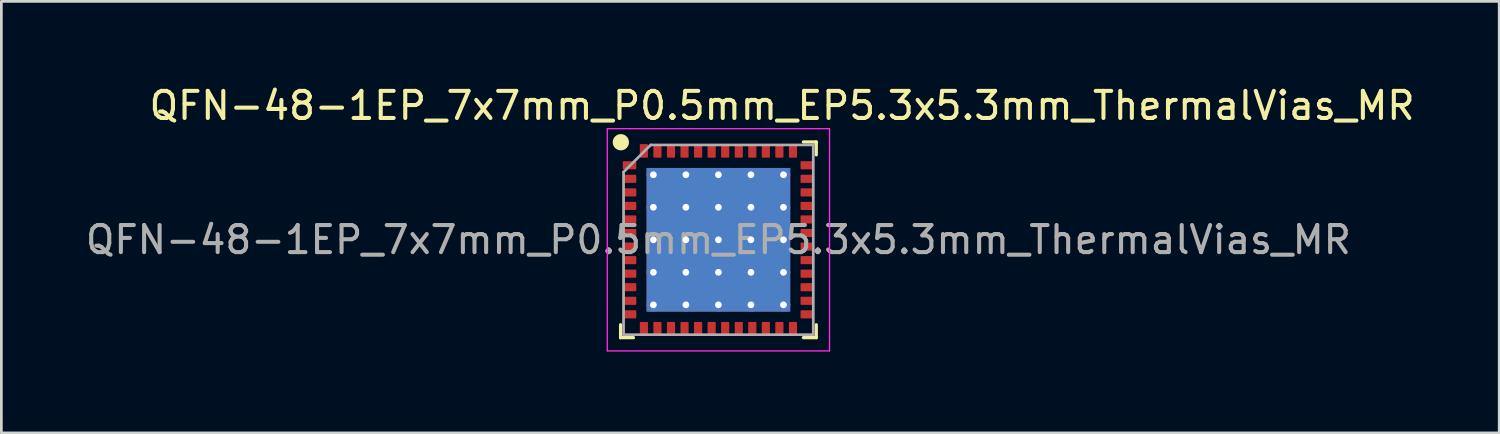
<source format=kicad_pcb>
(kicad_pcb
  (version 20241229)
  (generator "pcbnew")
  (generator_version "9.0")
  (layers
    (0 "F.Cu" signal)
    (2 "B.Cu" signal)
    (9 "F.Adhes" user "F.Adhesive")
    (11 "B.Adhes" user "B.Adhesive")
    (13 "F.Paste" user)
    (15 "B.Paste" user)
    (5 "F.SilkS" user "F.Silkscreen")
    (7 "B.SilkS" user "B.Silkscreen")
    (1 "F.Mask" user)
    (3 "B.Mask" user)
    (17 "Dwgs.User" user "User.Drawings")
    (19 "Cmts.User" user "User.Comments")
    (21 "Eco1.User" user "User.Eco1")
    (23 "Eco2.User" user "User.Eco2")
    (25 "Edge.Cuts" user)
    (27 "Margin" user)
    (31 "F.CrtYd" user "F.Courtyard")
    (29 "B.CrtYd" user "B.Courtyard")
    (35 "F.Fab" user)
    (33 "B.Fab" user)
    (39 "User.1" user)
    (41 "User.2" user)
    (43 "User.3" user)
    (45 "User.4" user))
  (footprint "QFN-48-1EP_7x7mm_P0.5mm_EP5.3x5.3mm_ThermalVias_MR"
    (layer "F.Cu")
    (at 23.458 5.798)
    (property "Reference" "QFN-48-1EP_7x7mm_P0.5mm_EP5.3x5.3mm_ThermalVias_MR" (at 2.35 -4.95 0) (layer "F.SilkS") (effects (font (size 1 1) (thickness 0.15))))
    (attr smd)
    (fp_line (start -3.61 3.61) (end -3.61 3.135) (stroke (width 0.12) (type solid)) (layer "F.SilkS"))
    (fp_line (start -3.135 3.61) (end -3.61 3.61) (stroke (width 0.12) (type solid)) (layer "F.SilkS"))
    (fp_line (start 3.135 -3.61) (end 3.61 -3.61) (stroke (width 0.12) (type solid)) (layer "F.SilkS"))
    (fp_line (start 3.135 3.61) (end 3.61 3.61) (stroke (width 0.12) (type solid)) (layer "F.SilkS"))
    (fp_line (start 3.61 -3.61) (end 3.61 -3.135) (stroke (width 0.12) (type solid)) (layer "F.SilkS"))
    (fp_line (start 3.61 3.61) (end 3.61 3.135) (stroke (width 0.12) (type solid)) (layer "F.SilkS"))
    (fp_circle (center -3.6 -3.6) (end -3.45 -3.6) (stroke (width 0.3) (type solid)) (fill no) (layer "F.SilkS"))
    (fp_line (start -4.1 -4.1) (end -4.1 4.1) (stroke (width 0.05) (type solid)) (layer "F.CrtYd"))
    (fp_line (start -4.1 4.1) (end 4.1 4.1) (stroke (width 0.05) (type solid)) (layer "F.CrtYd"))
    (fp_line (start 4.1 -4.1) (end -4.1 -4.1) (stroke (width 0.05) (type solid)) (layer "F.CrtYd"))
    (fp_line (start 4.1 4.1) (end 4.1 -4.1) (stroke (width 0.05) (type solid)) (layer "F.CrtYd"))
    (fp_line (start -3.5 -2.5) (end -2.5 -3.5) (stroke (width 0.1) (type solid)) (layer "F.Fab"))
    (fp_line (start -3.5 3.5) (end -3.5 -2.5) (stroke (width 0.1) (type solid)) (layer "F.Fab"))
    (fp_line (start -2.5 -3.5) (end 3.5 -3.5) (stroke (width 0.1) (type solid)) (layer "F.Fab"))
    (fp_line (start 3.5 -3.5) (end 3.5 3.5) (stroke (width 0.1) (type solid)) (layer "F.Fab"))
    (fp_line (start 3.5 3.5) (end -3.5 3.5) (stroke (width 0.1) (type solid)) (layer "F.Fab"))
    (fp_text user "${REFERENCE}" (at 0 0 0) (layer "F.Fab") (effects (font (size 1 1) (thickness 0.15))))
    (pad "" smd roundrect (at -1.8 -1.8) (size 1.026 1.026) (layers "F.Paste") (roundrect_rratio 0.244))
    (pad "" smd roundrect (at -1.8 -0.6) (size 1.026 1.026) (layers "F.Paste") (roundrect_rratio 0.244))
    (pad "" smd roundrect (at -1.8 0.6) (size 1.026 1.026) (layers "F.Paste") (roundrect_rratio 0.244))
    (pad "" smd roundrect (at -1.8 1.8) (size 1.026 1.026) (layers "F.Paste") (roundrect_rratio 0.244))
    (pad "" smd roundrect (at -0.6 -1.8) (size 1.026 1.026) (layers "F.Paste") (roundrect_rratio 0.244))
    (pad "" smd roundrect (at -0.6 -0.6) (size 1.026 1.026) (layers "F.Paste") (roundrect_rratio 0.244))
    (pad "" smd roundrect (at -0.6 0.6) (size 1.026 1.026) (layers "F.Paste") (roundrect_rratio 0.244))
    (pad "" smd roundrect (at -0.6 1.8) (size 1.026 1.026) (layers "F.Paste") (roundrect_rratio 0.244))
    (pad "" smd roundrect (at 0.6 -1.8) (size 1.026 1.026) (layers "F.Paste") (roundrect_rratio 0.244))
    (pad "" smd roundrect (at 0.6 -0.6) (size 1.026 1.026) (layers "F.Paste") (roundrect_rratio 0.244))
    (pad "" smd roundrect (at 0.6 0.6) (size 1.026 1.026) (layers "F.Paste") (roundrect_rratio 0.244))
    (pad "" smd roundrect (at 0.6 1.8) (size 1.026 1.026) (layers "F.Paste") (roundrect_rratio 0.244))
    (pad "" smd roundrect (at 1.8 -1.8) (size 1.026 1.026) (layers "F.Paste") (roundrect_rratio 0.244))
    (pad "" smd roundrect (at 1.8 -0.6) (size 1.026 1.026) (layers "F.Paste") (roundrect_rratio 0.244))
    (pad "" smd roundrect (at 1.8 0.6) (size 1.026 1.026) (layers "F.Paste") (roundrect_rratio 0.244))
    (pad "" smd roundrect (at 1.8 1.8) (size 1.026 1.026) (layers "F.Paste") (roundrect_rratio 0.244))
    (pad "1" smd roundrect (at -3.28 -2.75) (size 0.5 0.3) (layers "F.Cu" "F.Mask" "F.Paste") (roundrect_rratio 0.1))
    (pad "2" smd roundrect (at -3.28 -2.25) (size 0.5 0.3) (layers "F.Cu" "F.Mask" "F.Paste") (roundrect_rratio 0.1))
    (pad "3" smd roundrect (at -3.28 -1.75) (size 0.5 0.3) (layers "F.Cu" "F.Mask" "F.Paste") (roundrect_rratio 0.1))
    (pad "4" smd roundrect (at -3.28 -1.25) (size 0.5 0.3) (layers "F.Cu" "F.Mask" "F.Paste") (roundrect_rratio 0.1))
    (pad "5" smd roundrect (at -3.28 -0.75) (size 0.5 0.3) (layers "F.Cu" "F.Mask" "F.Paste") (roundrect_rratio 0.1))
    (pad "6" smd roundrect (at -3.28 -0.25) (size 0.5 0.3) (layers "F.Cu" "F.Mask" "F.Paste") (roundrect_rratio 0.1))
    (pad "7" smd roundrect (at -3.28 0.25) (size 0.5 0.3) (layers "F.Cu" "F.Mask" "F.Paste") (roundrect_rratio 0.1))
    (pad "8" smd roundrect (at -3.28 0.75) (size 0.5 0.3) (layers "F.Cu" "F.Mask" "F.Paste") (roundrect_rratio 0.1))
    (pad "9" smd roundrect (at -3.28 1.25) (size 0.5 0.3) (layers "F.Cu" "F.Mask" "F.Paste") (roundrect_rratio 0.1))
    (pad "10" smd roundrect (at -3.28 1.75) (size 0.5 0.3) (layers "F.Cu" "F.Mask" "F.Paste") (roundrect_rratio 0.1))
    (pad "11" smd roundrect (at -3.28 2.25) (size 0.5 0.3) (layers "F.Cu" "F.Mask" "F.Paste") (roundrect_rratio 0.1))
    (pad "12" smd roundrect (at -3.28 2.75) (size 0.5 0.3) (layers "F.Cu" "F.Mask" "F.Paste") (roundrect_rratio 0.1))
    (pad "13" smd roundrect (at -2.75 3.28) (size 0.3 0.5) (layers "F.Cu" "F.Mask" "F.Paste") (roundrect_rratio 0.1))
    (pad "14" smd roundrect (at -2.25 3.28) (size 0.3 0.5) (layers "F.Cu" "F.Mask" "F.Paste") (roundrect_rratio 0.1))
    (pad "15" smd roundrect (at -1.75 3.28) (size 0.3 0.5) (layers "F.Cu" "F.Mask" "F.Paste") (roundrect_rratio 0.1))
    (pad "16" smd roundrect (at -1.25 3.28) (size 0.3 0.5) (layers "F.Cu" "F.Mask" "F.Paste") (roundrect_rratio 0.1))
    (pad "17" smd roundrect (at -0.75 3.28) (size 0.3 0.5) (layers "F.Cu" "F.Mask" "F.Paste") (roundrect_rratio 0.1))
    (pad "18" smd roundrect (at -0.25 3.28) (size 0.3 0.5) (layers "F.Cu" "F.Mask" "F.Paste") (roundrect_rratio 0.1))
    (pad "19" smd roundrect (at 0.25 3.28) (size 0.3 0.5) (layers "F.Cu" "F.Mask" "F.Paste") (roundrect_rratio 0.1))
    (pad "20" smd roundrect (at 0.75 3.28) (size 0.3 0.5) (layers "F.Cu" "F.Mask" "F.Paste") (roundrect_rratio 0.1))
    (pad "21" smd roundrect (at 1.25 3.28) (size 0.3 0.5) (layers "F.Cu" "F.Mask" "F.Paste") (roundrect_rratio 0.1))
    (pad "22" smd roundrect (at 1.75 3.28) (size 0.3 0.5) (layers "F.Cu" "F.Mask" "F.Paste") (roundrect_rratio 0.1))
    (pad "23" smd roundrect (at 2.25 3.28) (size 0.3 0.5) (layers "F.Cu" "F.Mask" "F.Paste") (roundrect_rratio 0.1))
    (pad "24" smd roundrect (at 2.75 3.28) (size 0.3 0.5) (layers "F.Cu" "F.Mask" "F.Paste") (roundrect_rratio 0.1))
    (pad "25" smd roundrect (at 3.28 2.75) (size 0.5 0.3) (layers "F.Cu" "F.Mask" "F.Paste") (roundrect_rratio 0.1))
    (pad "26" smd roundrect (at 3.28 2.25) (size 0.5 0.3) (layers "F.Cu" "F.Mask" "F.Paste") (roundrect_rratio 0.1))
    (pad "27" smd roundrect (at 3.28 1.75) (size 0.5 0.3) (layers "F.Cu" "F.Mask" "F.Paste") (roundrect_rratio 0.1))
    (pad "28" smd roundrect (at 3.28 1.25) (size 0.5 0.3) (layers "F.Cu" "F.Mask" "F.Paste") (roundrect_rratio 0.1))
    (pad "29" smd roundrect (at 3.28 0.75) (size 0.5 0.3) (layers "F.Cu" "F.Mask" "F.Paste") (roundrect_rratio 0.1))
    (pad "30" smd roundrect (at 3.28 0.25) (size 0.5 0.3) (layers "F.Cu" "F.Mask" "F.Paste") (roundrect_rratio 0.1))
    (pad "31" smd roundrect (at 3.28 -0.25) (size 0.5 0.3) (layers "F.Cu" "F.Mask" "F.Paste") (roundrect_rratio 0.1))
    (pad "32" smd roundrect (at 3.28 -0.75) (size 0.5 0.3) (layers "F.Cu" "F.Mask" "F.Paste") (roundrect_rratio 0.1))
    (pad "33" smd roundrect (at 3.28 -1.25) (size 0.5 0.3) (layers "F.Cu" "F.Mask" "F.Paste") (roundrect_rratio 0.1))
    (pad "34" smd roundrect (at 3.28 -1.75) (size 0.5 0.3) (layers "F.Cu" "F.Mask" "F.Paste") (roundrect_rratio 0.1))
    (pad "35" smd roundrect (at 3.28 -2.25) (size 0.5 0.3) (layers "F.Cu" "F.Mask" "F.Paste") (roundrect_rratio 0.1))
    (pad "36" smd roundrect (at 3.28 -2.75) (size 0.5 0.3) (layers "F.Cu" "F.Mask" "F.Paste") (roundrect_rratio 0.1))
    (pad "37" smd roundrect (at 2.75 -3.28) (size 0.3 0.5) (layers "F.Cu" "F.Mask" "F.Paste") (roundrect_rratio 0.1))
    (pad "38" smd roundrect (at 2.25 -3.28) (size 0.3 0.5) (layers "F.Cu" "F.Mask" "F.Paste") (roundrect_rratio 0.1))
    (pad "39" smd roundrect (at 1.75 -3.28) (size 0.3 0.5) (layers "F.Cu" "F.Mask" "F.Paste") (roundrect_rratio 0.1))
    (pad "40" smd roundrect (at 1.25 -3.28) (size 0.3 0.5) (layers "F.Cu" "F.Mask" "F.Paste") (roundrect_rratio 0.1))
    (pad "41" smd roundrect (at 0.75 -3.28) (size 0.3 0.5) (layers "F.Cu" "F.Mask" "F.Paste") (roundrect_rratio 0.1))
    (pad "42" smd roundrect (at 0.25 -3.28) (size 0.3 0.5) (layers "F.Cu" "F.Mask" "F.Paste") (roundrect_rratio 0.1))
    (pad "43" smd roundrect (at -0.25 -3.28) (size 0.3 0.5) (layers "F.Cu" "F.Mask" "F.Paste") (roundrect_rratio 0.1))
    (pad "44" smd roundrect (at -0.75 -3.28) (size 0.3 0.5) (layers "F.Cu" "F.Mask" "F.Paste") (roundrect_rratio 0.1))
    (pad "45" smd roundrect (at -1.25 -3.28) (size 0.3 0.5) (layers "F.Cu" "F.Mask" "F.Paste") (roundrect_rratio 0.1))
    (pad "46" smd roundrect (at -1.75 -3.28) (size 0.3 0.5) (layers "F.Cu" "F.Mask" "F.Paste") (roundrect_rratio 0.1))
    (pad "47" smd roundrect (at -2.25 -3.28) (size 0.3 0.5) (layers "F.Cu" "F.Mask" "F.Paste") (roundrect_rratio 0.1))
    (pad "48" smd roundrect (at -2.75 -3.28) (size 0.3 0.5) (layers "F.Cu" "F.Mask" "F.Paste") (roundrect_rratio 0.1))
    (pad "49" thru_hole circle (at -2.4 -2.4) (size 0.5 0.5) (drill 0.25) (layers "*.Cu"))
    (pad "49" thru_hole circle (at -2.4 -1.2) (size 0.5 0.5) (drill 0.25) (layers "*.Cu"))
    (pad "49" thru_hole circle (at -2.4 0) (size 0.5 0.5) (drill 0.25) (layers "*.Cu"))
    (pad "49" thru_hole circle (at -2.4 1.2) (size 0.5 0.5) (drill 0.25) (layers "*.Cu"))
    (pad "49" thru_hole circle (at -2.4 2.4) (size 0.5 0.5) (drill 0.25) (layers "*.Cu"))
    (pad "49" thru_hole circle (at -1.2 -2.4) (size 0.5 0.5) (drill 0.25) (layers "*.Cu"))
    (pad "49" thru_hole circle (at -1.2 -1.2) (size 0.5 0.5) (drill 0.25) (layers "*.Cu"))
    (pad "49" thru_hole circle (at -1.2 0) (size 0.5 0.5) (drill 0.25) (layers "*.Cu"))
    (pad "49" thru_hole circle (at -1.2 1.2) (size 0.5 0.5) (drill 0.25) (layers "*.Cu"))
    (pad "49" thru_hole circle (at -1.2 2.4) (size 0.5 0.5) (drill 0.25) (layers "*.Cu"))
    (pad "49" thru_hole circle (at 0 -2.4) (size 0.5 0.5) (drill 0.25) (layers "*.Cu"))
    (pad "49" thru_hole circle (at 0 -1.2) (size 0.5 0.5) (drill 0.25) (layers "*.Cu"))
    (pad "49" thru_hole circle (at 0 0) (size 0.5 0.5) (drill 0.25) (layers "*.Cu"))
    (pad "49" smd rect (at 0 0) (size 5.3 5.3) (layers "F.Cu" "F.Mask"))
    (pad "49" smd rect (at 0 0) (size 5.3 5.3) (layers "B.Cu"))
    (pad "49" thru_hole circle (at 0 1.2) (size 0.5 0.5) (drill 0.25) (layers "*.Cu"))
    (pad "49" thru_hole circle (at 0 2.4) (size 0.5 0.5) (drill 0.25) (layers "*.Cu"))
    (pad "49" thru_hole circle (at 1.2 -2.4) (size 0.5 0.5) (drill 0.25) (layers "*.Cu"))
    (pad "49" thru_hole circle (at 1.2 -1.2) (size 0.5 0.5) (drill 0.25) (layers "*.Cu"))
    (pad "49" thru_hole circle (at 1.2 0) (size 0.5 0.5) (drill 0.25) (layers "*.Cu"))
    (pad "49" thru_hole circle (at 1.2 1.2) (size 0.5 0.5) (drill 0.25) (layers "*.Cu"))
    (pad "49" thru_hole circle (at 1.2 2.4) (size 0.5 0.5) (drill 0.25) (layers "*.Cu"))
    (pad "49" thru_hole circle (at 2.4 -2.4) (size 0.5 0.5) (drill 0.25) (layers "*.Cu"))
    (pad "49" thru_hole circle (at 2.4 -1.2) (size 0.5 0.5) (drill 0.25) (layers "*.Cu"))
    (pad "49" thru_hole circle (at 2.4 0) (size 0.5 0.5) (drill 0.25) (layers "*.Cu"))
    (pad "49" thru_hole circle (at 2.4 1.2) (size 0.5 0.5) (drill 0.25) (layers "*.Cu"))
    (pad "49" thru_hole circle (at 2.4 2.4) (size 0.5 0.5) (drill 0.25) (layers "*.Cu")))
  (gr_rect
    (start -3 -3)
    (end 52.267 12.923)
    (stroke (width 0.1) (type default))
    (fill no)
    (layer "Edge.Cuts")))
</source>
